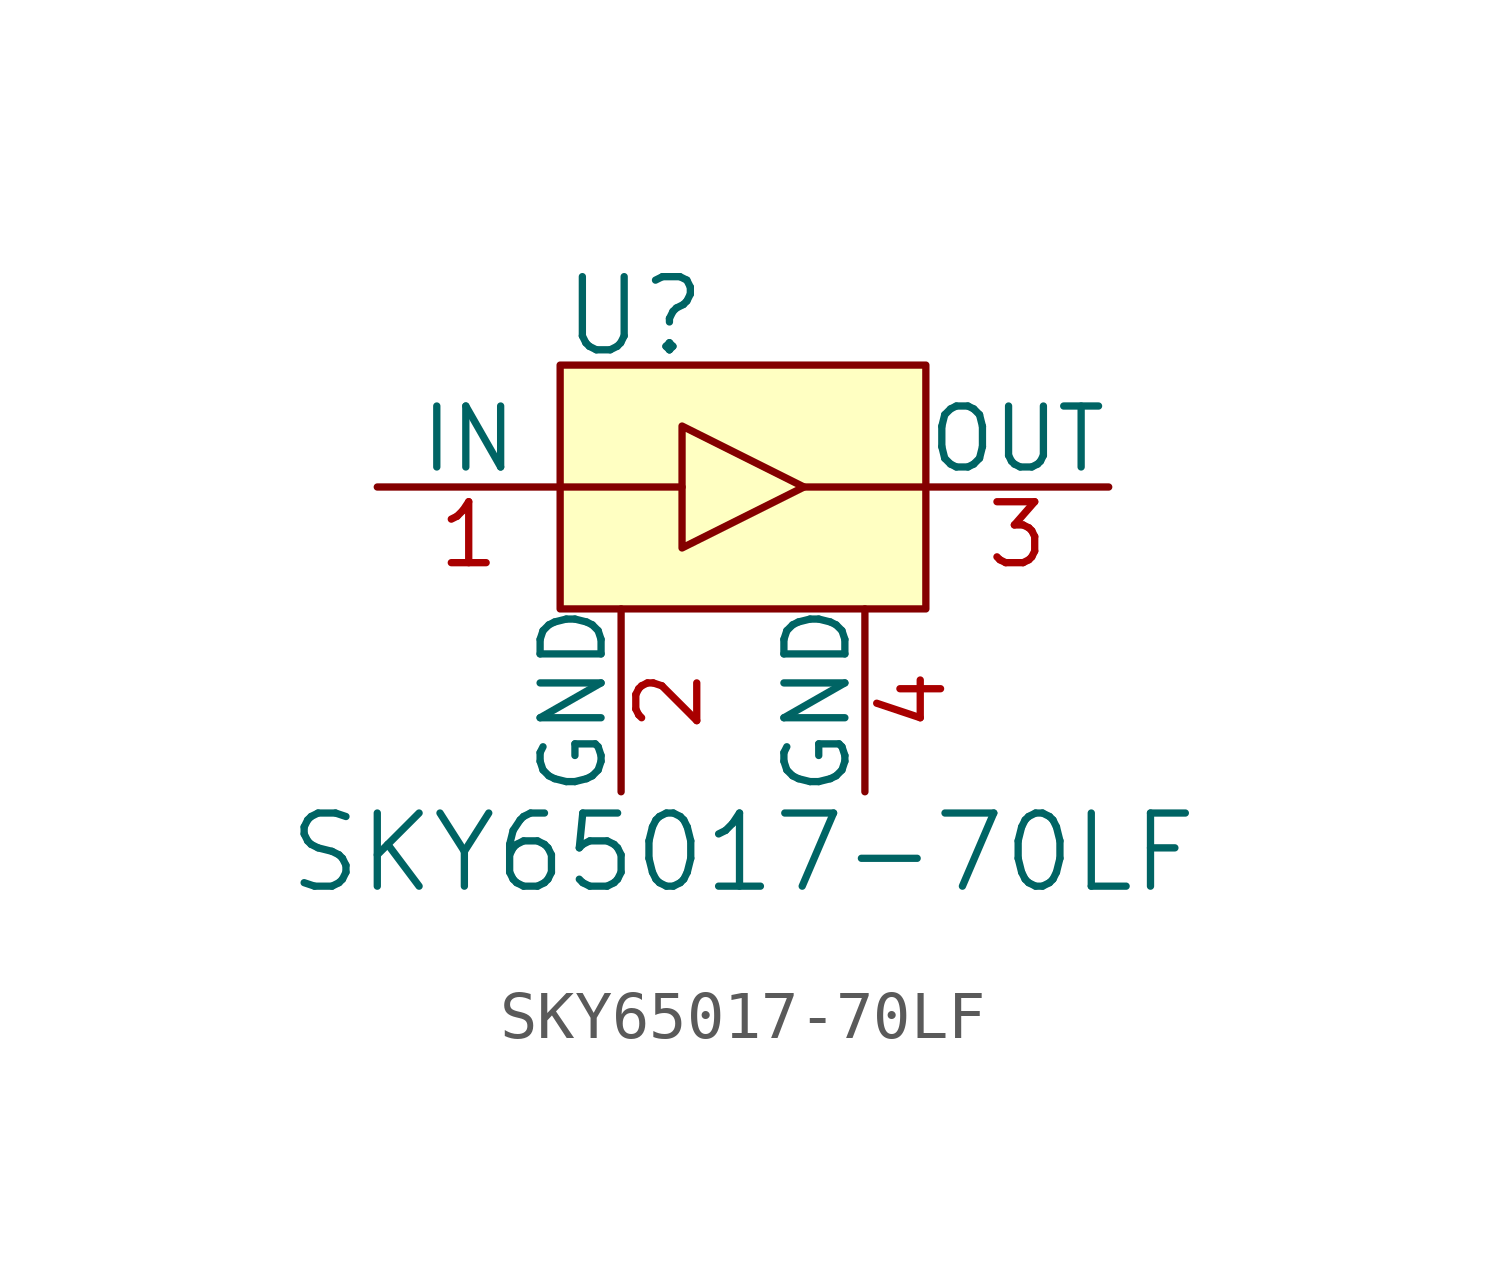
<source format=kicad_sym>
(kicad_symbol_lib
  (version 20211014)
  (generator kicad_symbol_editor)
  (symbol "SKY65017-70LF"
    (pin_names
      (offset 0))
    (property "Reference" "U"
      (at -3.81 4.826 0)
      (effects (font (size 1.524 1.524)) (justify left)))
    (property "Value" "SKY65017-70LF"
      (at 0 -6.35 0)
      (effects (font (size 1.524 1.524))))
    (symbol "SKY65017-70LF_0_1"
      (rectangle (start -3.81 3.81) (end 3.81 -1.27) (stroke (width 0) (type default) (color 0 0 0 0)) (fill (type background)))
      (polyline (pts (xy -1.27 1.27) (xy -3.81 1.27)) (stroke (width 0) (type default) (color 0 0 0 0)) (fill (type none)))
      (polyline (pts (xy 1.27 1.27) (xy 3.81 1.27)) (stroke (width 0) (type default) (color 0 0 0 0)) (fill (type none)))
      (polyline (pts (xy -1.27 2.54) (xy -1.27 0) (xy 1.27 1.27) (xy -1.27 2.54)) (stroke (width 0) (type default) (color 0 0 0 0)) (fill (type none))))
    (symbol "SKY65017-70LF_1_1"
      (pin input line (at -7.62 1.27 0) (length 3.81) (name "IN" (effects (font (size 1.27 1.27)))) (number "1" (effects (font (size 1.27 1.27)))))
      (pin power_in line (at -2.54 -5.08 90) (length 3.81) (name "GND" (effects (font (size 1.27 1.27)))) (number "2" (effects (font (size 1.27 1.27)))))
      (pin output line (at 7.62 1.27 180) (length 3.81) (name "OUT" (effects (font (size 1.27 1.27)))) (number "3" (effects (font (size 1.27 1.27)))))
      (pin power_in line (at 2.54 -5.08 90) (length 3.81) (name "GND" (effects (font (size 1.27 1.27)))) (number "4" (effects (font (size 1.27 1.27))))))))
</source>
